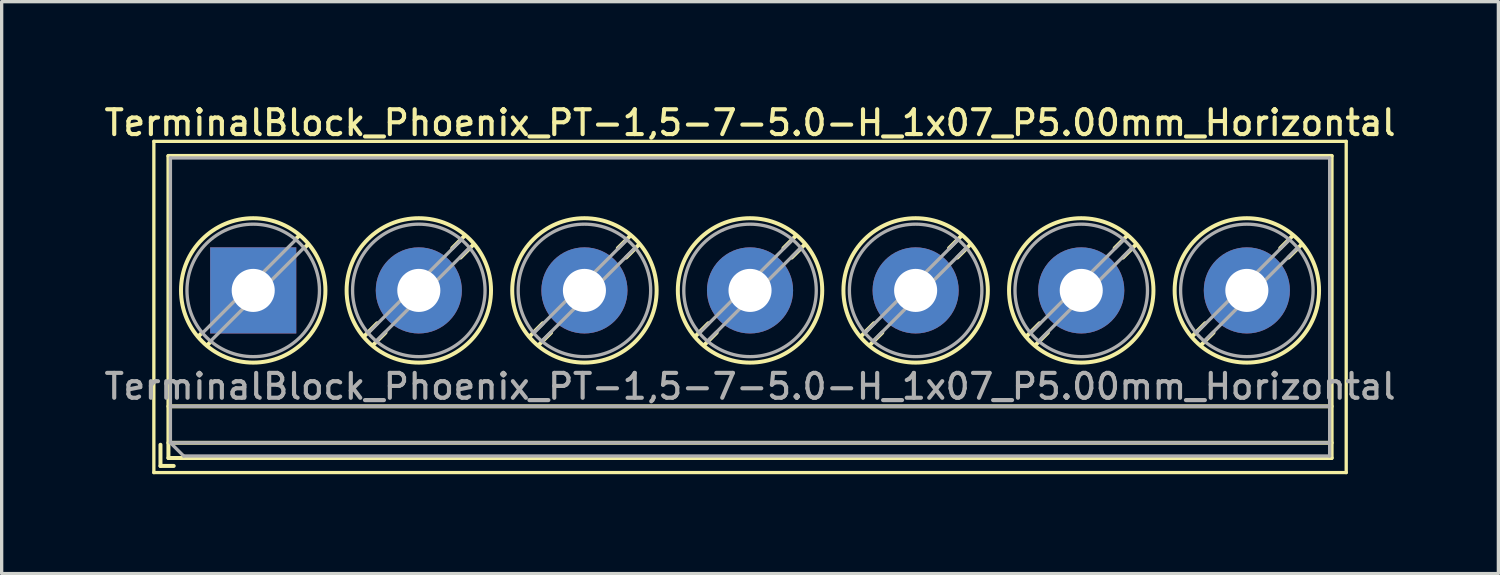
<source format=kicad_pcb>
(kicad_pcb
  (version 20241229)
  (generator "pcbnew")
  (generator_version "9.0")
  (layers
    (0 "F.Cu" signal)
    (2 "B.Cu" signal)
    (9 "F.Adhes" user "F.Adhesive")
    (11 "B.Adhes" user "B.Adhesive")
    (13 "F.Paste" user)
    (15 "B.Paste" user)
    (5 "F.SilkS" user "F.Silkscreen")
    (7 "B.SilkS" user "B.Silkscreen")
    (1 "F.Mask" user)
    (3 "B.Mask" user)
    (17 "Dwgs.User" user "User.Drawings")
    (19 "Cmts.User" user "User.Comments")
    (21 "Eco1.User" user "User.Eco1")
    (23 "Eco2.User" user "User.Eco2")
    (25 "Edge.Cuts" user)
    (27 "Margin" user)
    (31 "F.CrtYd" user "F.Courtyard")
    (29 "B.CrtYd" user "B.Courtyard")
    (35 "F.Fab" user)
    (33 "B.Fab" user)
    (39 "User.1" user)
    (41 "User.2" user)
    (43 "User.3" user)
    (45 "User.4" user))
  (footprint "TerminalBlock_Phoenix_PT-1,5-7-5.0-H_1x07_P5.00mm_Horizontal"
    (layer "F.Cu")
    (at 4.595 5.718)
    (property "Reference" "TerminalBlock_Phoenix_PT-1,5-7-5.0-H_1x07_P5.00mm_Horizontal" (at 15 -5.06 0) (layer "F.SilkS") (effects (font (size 0.75 0.75) (thickness 0.125))))
    (attr through_hole)
    (fp_line (start -3 -4.5) (end -3 5.5) (stroke (width 0.1) (type solid)) (layer "F.SilkS"))
    (fp_line (start -3 5.5) (end 33 5.5) (stroke (width 0.1) (type solid)) (layer "F.SilkS"))
    (fp_line (start -2.8 4.66) (end -2.8 5.3) (stroke (width 0.12) (type solid)) (layer "F.SilkS"))
    (fp_line (start -2.8 5.3) (end -2.4 5.3) (stroke (width 0.12) (type solid)) (layer "F.SilkS"))
    (fp_line (start -2.56 -4.06) (end -2.56 5.06) (stroke (width 0.12) (type solid)) (layer "F.SilkS"))
    (fp_line (start -2.56 -4.06) (end 32.56 -4.06) (stroke (width 0.12) (type solid)) (layer "F.SilkS"))
    (fp_line (start -2.56 3.5) (end 32.56 3.5) (stroke (width 0.12) (type solid)) (layer "F.SilkS"))
    (fp_line (start -2.56 4.6) (end 32.56 4.6) (stroke (width 0.12) (type solid)) (layer "F.SilkS"))
    (fp_line (start -2.56 5.06) (end 32.56 5.06) (stroke (width 0.12) (type solid)) (layer "F.SilkS"))
    (fp_line (start -1.548 1.281) (end -1.654 1.388) (stroke (width 0.12) (type solid)) (layer "F.SilkS"))
    (fp_line (start -1.282 1.547) (end -1.388 1.654) (stroke (width 0.12) (type solid)) (layer "F.SilkS"))
    (fp_line (start 1.388 -1.654) (end 1.281 -1.547) (stroke (width 0.12) (type solid)) (layer "F.SilkS"))
    (fp_line (start 1.654 -1.388) (end 1.547 -1.281) (stroke (width 0.12) (type solid)) (layer "F.SilkS"))
    (fp_line (start 3.742 0.992) (end 3.347 1.388) (stroke (width 0.12) (type solid)) (layer "F.SilkS"))
    (fp_line (start 3.993 1.274) (end 3.613 1.654) (stroke (width 0.12) (type solid)) (layer "F.SilkS"))
    (fp_line (start 6.388 -1.654) (end 6.008 -1.274) (stroke (width 0.12) (type solid)) (layer "F.SilkS"))
    (fp_line (start 6.654 -1.388) (end 6.259 -0.992) (stroke (width 0.12) (type solid)) (layer "F.SilkS"))
    (fp_line (start 8.742 0.992) (end 8.347 1.388) (stroke (width 0.12) (type solid)) (layer "F.SilkS"))
    (fp_line (start 8.993 1.274) (end 8.613 1.654) (stroke (width 0.12) (type solid)) (layer "F.SilkS"))
    (fp_line (start 11.388 -1.654) (end 11.008 -1.274) (stroke (width 0.12) (type solid)) (layer "F.SilkS"))
    (fp_line (start 11.654 -1.388) (end 11.259 -0.992) (stroke (width 0.12) (type solid)) (layer "F.SilkS"))
    (fp_line (start 13.742 0.992) (end 13.347 1.388) (stroke (width 0.12) (type solid)) (layer "F.SilkS"))
    (fp_line (start 13.993 1.274) (end 13.613 1.654) (stroke (width 0.12) (type solid)) (layer "F.SilkS"))
    (fp_line (start 16.388 -1.654) (end 16.008 -1.274) (stroke (width 0.12) (type solid)) (layer "F.SilkS"))
    (fp_line (start 16.654 -1.388) (end 16.259 -0.992) (stroke (width 0.12) (type solid)) (layer "F.SilkS"))
    (fp_line (start 18.742 0.992) (end 18.347 1.388) (stroke (width 0.12) (type solid)) (layer "F.SilkS"))
    (fp_line (start 18.993 1.274) (end 18.613 1.654) (stroke (width 0.12) (type solid)) (layer "F.SilkS"))
    (fp_line (start 21.388 -1.654) (end 21.008 -1.274) (stroke (width 0.12) (type solid)) (layer "F.SilkS"))
    (fp_line (start 21.654 -1.388) (end 21.259 -0.992) (stroke (width 0.12) (type solid)) (layer "F.SilkS"))
    (fp_line (start 23.742 0.992) (end 23.347 1.388) (stroke (width 0.12) (type solid)) (layer "F.SilkS"))
    (fp_line (start 23.993 1.274) (end 23.613 1.654) (stroke (width 0.12) (type solid)) (layer "F.SilkS"))
    (fp_line (start 26.388 -1.654) (end 26.008 -1.274) (stroke (width 0.12) (type solid)) (layer "F.SilkS"))
    (fp_line (start 26.654 -1.388) (end 26.259 -0.992) (stroke (width 0.12) (type solid)) (layer "F.SilkS"))
    (fp_line (start 28.742 0.992) (end 28.347 1.388) (stroke (width 0.12) (type solid)) (layer "F.SilkS"))
    (fp_line (start 28.993 1.274) (end 28.613 1.654) (stroke (width 0.12) (type solid)) (layer "F.SilkS"))
    (fp_line (start 31.388 -1.654) (end 31.008 -1.274) (stroke (width 0.12) (type solid)) (layer "F.SilkS"))
    (fp_line (start 31.654 -1.388) (end 31.259 -0.992) (stroke (width 0.12) (type solid)) (layer "F.SilkS"))
    (fp_line (start 32.56 -4.06) (end 32.56 5.06) (stroke (width 0.12) (type solid)) (layer "F.SilkS"))
    (fp_line (start 33 -4.5) (end -3 -4.5) (stroke (width 0.1) (type solid)) (layer "F.SilkS"))
    (fp_line (start 33 5.5) (end 33 -4.5) (stroke (width 0.1) (type solid)) (layer "F.SilkS"))
    (fp_circle (center 0 0) (end 2.18 0) (stroke (width 0.12) (type solid)) (fill no) (layer "F.SilkS"))
    (fp_circle (center 5 0) (end 7.18 0) (stroke (width 0.12) (type solid)) (fill no) (layer "F.SilkS"))
    (fp_circle (center 10 0) (end 12.18 0) (stroke (width 0.12) (type solid)) (fill no) (layer "F.SilkS"))
    (fp_circle (center 15 0) (end 17.18 0) (stroke (width 0.12) (type solid)) (fill no) (layer "F.SilkS"))
    (fp_circle (center 20 0) (end 22.18 0) (stroke (width 0.12) (type solid)) (fill no) (layer "F.SilkS"))
    (fp_circle (center 25 0) (end 27.18 0) (stroke (width 0.12) (type solid)) (fill no) (layer "F.SilkS"))
    (fp_circle (center 30 0) (end 32.18 0) (stroke (width 0.12) (type solid)) (fill no) (layer "F.SilkS"))
    (fp_line (start -2.5 -4) (end 32.5 -4) (stroke (width 0.1) (type solid)) (layer "F.Fab"))
    (fp_line (start -2.5 3.5) (end 32.5 3.5) (stroke (width 0.1) (type solid)) (layer "F.Fab"))
    (fp_line (start -2.5 4.6) (end -2.5 -4) (stroke (width 0.1) (type solid)) (layer "F.Fab"))
    (fp_line (start -2.5 4.6) (end 32.5 4.6) (stroke (width 0.1) (type solid)) (layer "F.Fab"))
    (fp_line (start -2.1 5) (end -2.5 4.6) (stroke (width 0.1) (type solid)) (layer "F.Fab"))
    (fp_line (start 1.273 -1.517) (end -1.517 1.273) (stroke (width 0.1) (type solid)) (layer "F.Fab"))
    (fp_line (start 1.517 -1.273) (end -1.273 1.517) (stroke (width 0.1) (type solid)) (layer "F.Fab"))
    (fp_line (start 6.273 -1.517) (end 3.484 1.273) (stroke (width 0.1) (type solid)) (layer "F.Fab"))
    (fp_line (start 6.517 -1.273) (end 3.728 1.517) (stroke (width 0.1) (type solid)) (layer "F.Fab"))
    (fp_line (start 11.273 -1.517) (end 8.484 1.273) (stroke (width 0.1) (type solid)) (layer "F.Fab"))
    (fp_line (start 11.517 -1.273) (end 8.728 1.517) (stroke (width 0.1) (type solid)) (layer "F.Fab"))
    (fp_line (start 16.273 -1.517) (end 13.484 1.273) (stroke (width 0.1) (type solid)) (layer "F.Fab"))
    (fp_line (start 16.517 -1.273) (end 13.728 1.517) (stroke (width 0.1) (type solid)) (layer "F.Fab"))
    (fp_line (start 21.273 -1.517) (end 18.484 1.273) (stroke (width 0.1) (type solid)) (layer "F.Fab"))
    (fp_line (start 21.517 -1.273) (end 18.728 1.517) (stroke (width 0.1) (type solid)) (layer "F.Fab"))
    (fp_line (start 26.273 -1.517) (end 23.484 1.273) (stroke (width 0.1) (type solid)) (layer "F.Fab"))
    (fp_line (start 26.517 -1.273) (end 23.728 1.517) (stroke (width 0.1) (type solid)) (layer "F.Fab"))
    (fp_line (start 31.273 -1.517) (end 28.484 1.273) (stroke (width 0.1) (type solid)) (layer "F.Fab"))
    (fp_line (start 31.517 -1.273) (end 28.728 1.517) (stroke (width 0.1) (type solid)) (layer "F.Fab"))
    (fp_line (start 32.5 -4) (end 32.5 5) (stroke (width 0.1) (type solid)) (layer "F.Fab"))
    (fp_line (start 32.5 5) (end -2.1 5) (stroke (width 0.1) (type solid)) (layer "F.Fab"))
    (fp_circle (center 0 0) (end 2 0) (stroke (width 0.1) (type solid)) (fill no) (layer "F.Fab"))
    (fp_circle (center 5 0) (end 7 0) (stroke (width 0.1) (type solid)) (fill no) (layer "F.Fab"))
    (fp_circle (center 10 0) (end 12 0) (stroke (width 0.1) (type solid)) (fill no) (layer "F.Fab"))
    (fp_circle (center 15 0) (end 17 0) (stroke (width 0.1) (type solid)) (fill no) (layer "F.Fab"))
    (fp_circle (center 20 0) (end 22 0) (stroke (width 0.1) (type solid)) (fill no) (layer "F.Fab"))
    (fp_circle (center 25 0) (end 27 0) (stroke (width 0.1) (type solid)) (fill no) (layer "F.Fab"))
    (fp_circle (center 30 0) (end 32 0) (stroke (width 0.1) (type solid)) (fill no) (layer "F.Fab"))
    (fp_text user "${REFERENCE}" (at 15 2.9 0) (layer "F.Fab") (effects (font (size 0.75 0.75) (thickness 0.125))))
    (pad "1" thru_hole rect (at 0 0) (size 2.6 2.6) (drill 1.3) (layers "*.Cu" "*.Mask"))
    (pad "2" thru_hole circle (at 5 0) (size 2.6 2.6) (drill 1.3) (layers "*.Cu" "*.Mask"))
    (pad "3" thru_hole circle (at 10 0) (size 2.6 2.6) (drill 1.3) (layers "*.Cu" "*.Mask"))
    (pad "4" thru_hole circle (at 15 0) (size 2.6 2.6) (drill 1.3) (layers "*.Cu" "*.Mask"))
    (pad "5" thru_hole circle (at 20 0) (size 2.6 2.6) (drill 1.3) (layers "*.Cu" "*.Mask"))
    (pad "6" thru_hole circle (at 25 0) (size 2.6 2.6) (drill 1.3) (layers "*.Cu" "*.Mask"))
    (pad "7" thru_hole circle (at 30 0) (size 2.6 2.6) (drill 1.3) (layers "*.Cu" "*.Mask")))
  (gr_rect
    (start -3 -3)
    (end 42.189 14.268)
    (stroke (width 0.1) (type default))
    (fill no)
    (layer "Edge.Cuts")))
</source>
